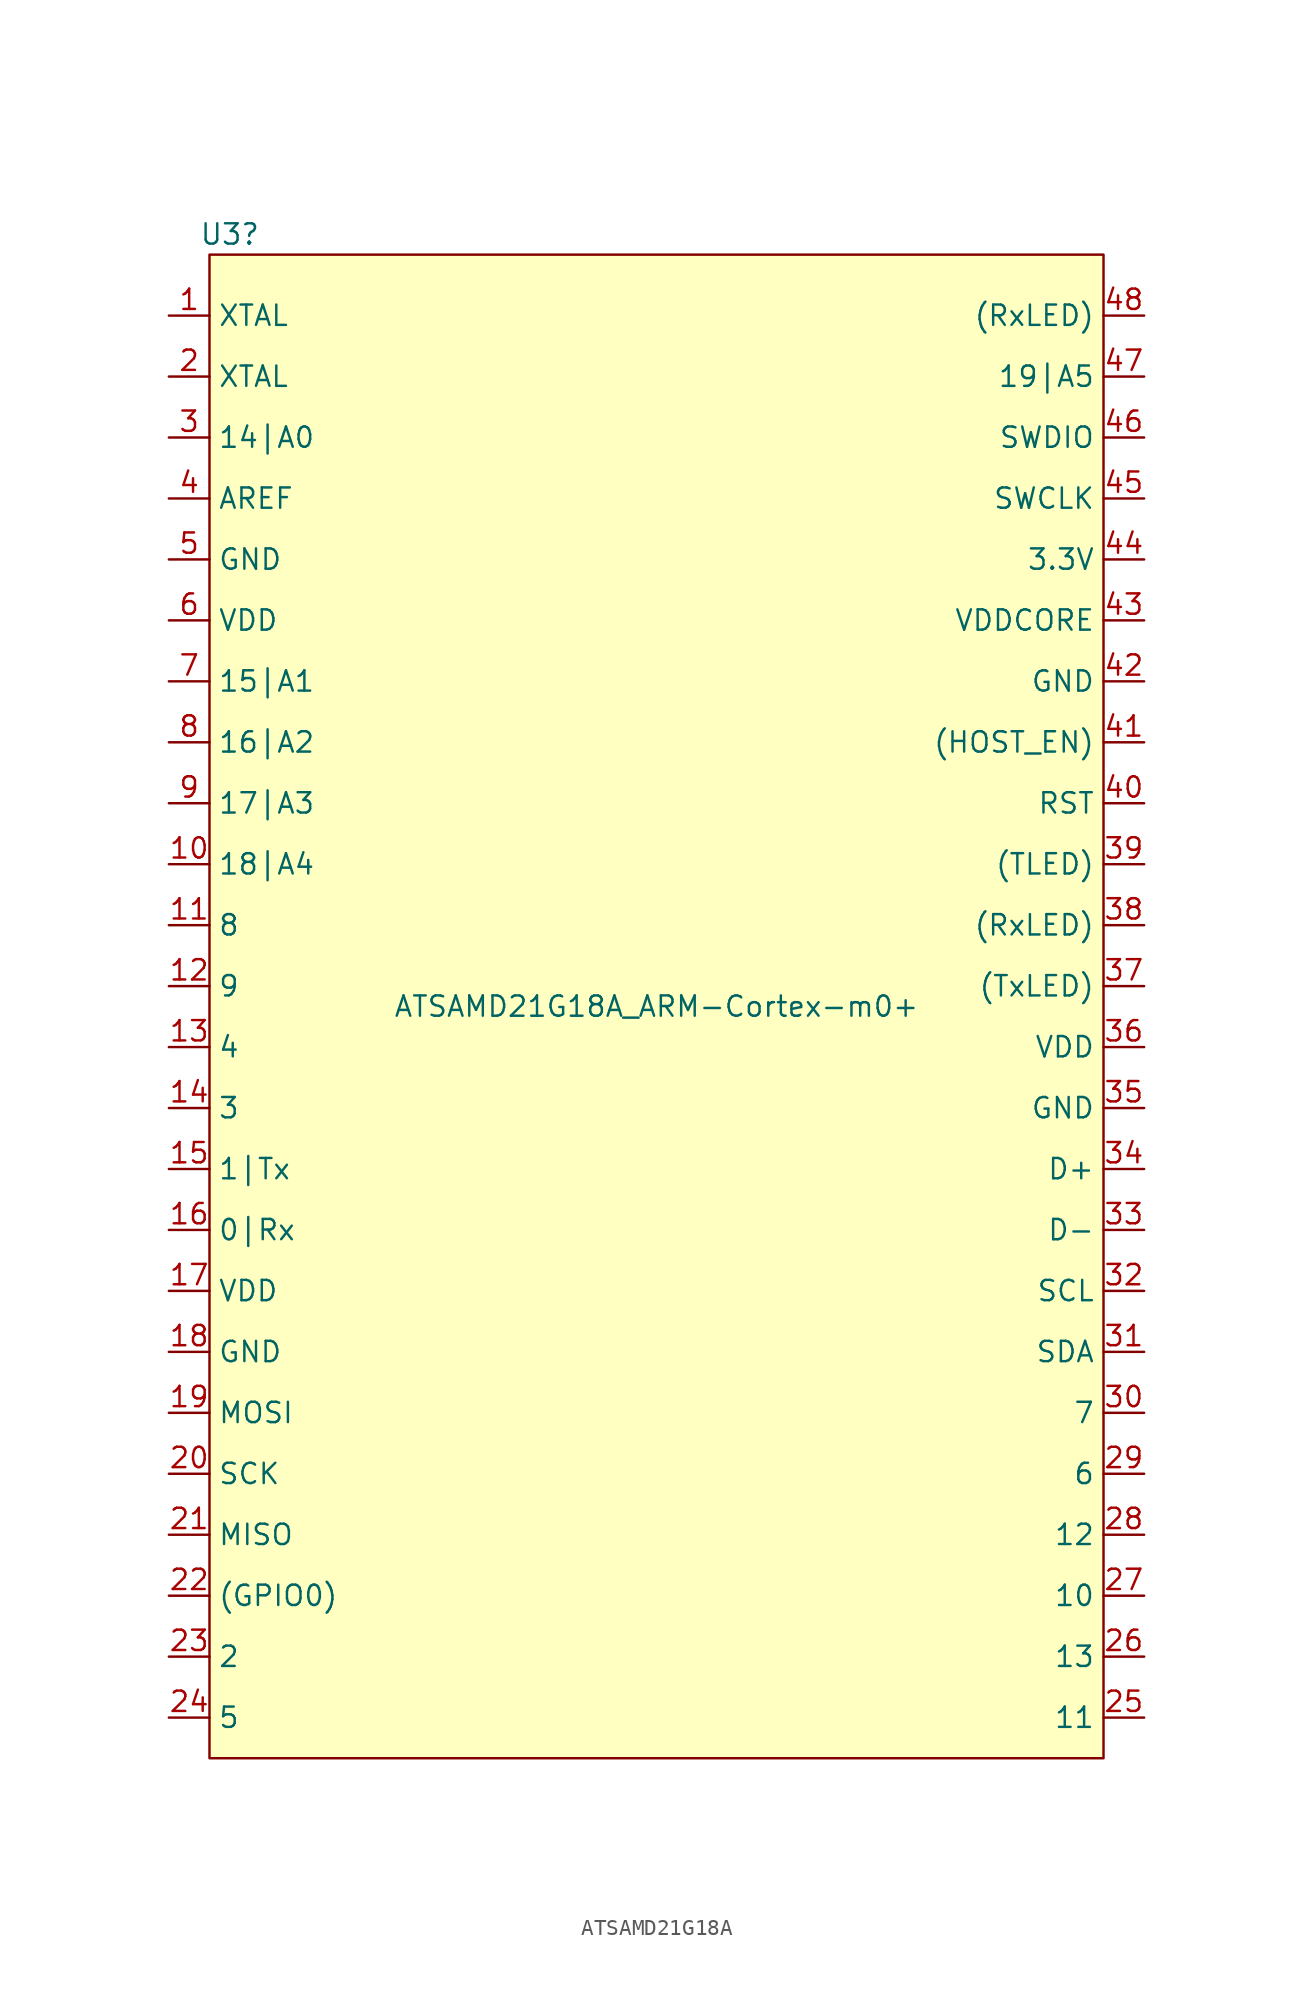
<source format=kicad_sym>
(kicad_symbol_lib
  (version 20220914)
  (generator kicad_symbol_editor)
  (symbol "ATSAMD21G18A"
    (property "Reference" "U3"
      (at -26.67 48.26 0)
      (effects (font (size 1.27 1.27))))
    (property "Value" "ATSAMD21G18A_ARM-Cortex-m0+"
      (at 0 0 0)
      (effects (font (size 1.27 1.27))))
    (symbol "ATSAMD21G18A_1_0"
      (pin bidirectional line (at -30.48 43.18 0) (length 2.54) (name "XTAL" (effects (font (size 1.27 1.27)))) (number "1" (effects (font (size 1.27 1.27)))))
      (pin bidirectional line (at -30.48 8.89 0) (length 2.54) (name "18|A4" (effects (font (size 1.27 1.27)))) (number "10" (effects (font (size 1.27 1.27)))))
      (pin bidirectional line (at -30.48 5.08 0) (length 2.54) (name "8" (effects (font (size 1.27 1.27)))) (number "11" (effects (font (size 1.27 1.27)))))
      (pin bidirectional line (at -30.48 1.27 0) (length 2.54) (name "9" (effects (font (size 1.27 1.27)))) (number "12" (effects (font (size 1.27 1.27)))))
      (pin bidirectional line (at -30.48 -2.54 0) (length 2.54) (name "4" (effects (font (size 1.27 1.27)))) (number "13" (effects (font (size 1.27 1.27)))))
      (pin bidirectional line (at -30.48 -6.35 0) (length 2.54) (name "3" (effects (font (size 1.27 1.27)))) (number "14" (effects (font (size 1.27 1.27)))))
      (pin bidirectional line (at -30.48 -10.16 0) (length 2.54) (name "1|Tx" (effects (font (size 1.27 1.27)))) (number "15" (effects (font (size 1.27 1.27)))))
      (pin bidirectional line (at -30.48 -13.97 0) (length 2.54) (name "0|Rx" (effects (font (size 1.27 1.27)))) (number "16" (effects (font (size 1.27 1.27)))))
      (pin bidirectional line (at -30.48 -17.78 0) (length 2.54) (name "VDD" (effects (font (size 1.27 1.27)))) (number "17" (effects (font (size 1.27 1.27)))))
      (pin bidirectional line (at -30.48 -21.59 0) (length 2.54) (name "GND" (effects (font (size 1.27 1.27)))) (number "18" (effects (font (size 1.27 1.27)))))
      (pin bidirectional line (at -30.48 -25.4 0) (length 2.54) (name "MOSI" (effects (font (size 1.27 1.27)))) (number "19" (effects (font (size 1.27 1.27)))))
      (pin bidirectional line (at -30.48 39.37 0) (length 2.54) (name "XTAL" (effects (font (size 1.27 1.27)))) (number "2" (effects (font (size 1.27 1.27)))))
      (pin bidirectional line (at -30.48 -29.21 0) (length 2.54) (name "SCK" (effects (font (size 1.27 1.27)))) (number "20" (effects (font (size 1.27 1.27)))))
      (pin bidirectional line (at -30.48 -33.02 0) (length 2.54) (name "MISO" (effects (font (size 1.27 1.27)))) (number "21" (effects (font (size 1.27 1.27)))))
      (pin bidirectional line (at -30.48 -36.83 0) (length 2.54) (name "(GPIO0)" (effects (font (size 1.27 1.27)))) (number "22" (effects (font (size 1.27 1.27)))))
      (pin bidirectional line (at -30.48 -40.64 0) (length 2.54) (name "2" (effects (font (size 1.27 1.27)))) (number "23" (effects (font (size 1.27 1.27)))))
      (pin bidirectional line (at -30.48 -44.45 0) (length 2.54) (name "5" (effects (font (size 1.27 1.27)))) (number "24" (effects (font (size 1.27 1.27)))))
      (pin bidirectional line (at 30.48 -44.45 180) (length 2.54) (name "11" (effects (font (size 1.27 1.27)))) (number "25" (effects (font (size 1.27 1.27)))))
      (pin bidirectional line (at 30.48 -40.64 180) (length 2.54) (name "13" (effects (font (size 1.27 1.27)))) (number "26" (effects (font (size 1.27 1.27)))))
      (pin bidirectional line (at 30.48 -36.83 180) (length 2.54) (name "10" (effects (font (size 1.27 1.27)))) (number "27" (effects (font (size 1.27 1.27)))))
      (pin bidirectional line (at 30.48 -33.02 180) (length 2.54) (name "12" (effects (font (size 1.27 1.27)))) (number "28" (effects (font (size 1.27 1.27)))))
      (pin bidirectional line (at 30.48 -29.21 180) (length 2.54) (name "6" (effects (font (size 1.27 1.27)))) (number "29" (effects (font (size 1.27 1.27)))))
      (pin bidirectional line (at -30.48 35.56 0) (length 2.54) (name "14|A0" (effects (font (size 1.27 1.27)))) (number "3" (effects (font (size 1.27 1.27)))))
      (pin bidirectional line (at 30.48 -25.4 180) (length 2.54) (name "7" (effects (font (size 1.27 1.27)))) (number "30" (effects (font (size 1.27 1.27)))))
      (pin bidirectional line (at 30.48 -21.59 180) (length 2.54) (name "SDA" (effects (font (size 1.27 1.27)))) (number "31" (effects (font (size 1.27 1.27)))))
      (pin bidirectional line (at 30.48 -17.78 180) (length 2.54) (name "SCL" (effects (font (size 1.27 1.27)))) (number "32" (effects (font (size 1.27 1.27)))))
      (pin bidirectional line (at 30.48 -13.97 180) (length 2.54) (name "D-" (effects (font (size 1.27 1.27)))) (number "33" (effects (font (size 1.27 1.27)))))
      (pin bidirectional line (at 30.48 -10.16 180) (length 2.54) (name "D+" (effects (font (size 1.27 1.27)))) (number "34" (effects (font (size 1.27 1.27)))))
      (pin bidirectional line (at 30.48 -6.35 180) (length 2.54) (name "GND" (effects (font (size 1.27 1.27)))) (number "35" (effects (font (size 1.27 1.27)))))
      (pin bidirectional line (at 30.48 -2.54 180) (length 2.54) (name "VDD" (effects (font (size 1.27 1.27)))) (number "36" (effects (font (size 1.27 1.27)))))
      (pin bidirectional line (at 30.48 1.27 180) (length 2.54) (name "(TxLED)" (effects (font (size 1.27 1.27)))) (number "37" (effects (font (size 1.27 1.27)))))
      (pin bidirectional line (at 30.48 5.08 180) (length 2.54) (name "(RxLED)" (effects (font (size 1.27 1.27)))) (number "38" (effects (font (size 1.27 1.27)))))
      (pin bidirectional line (at 30.48 8.89 180) (length 2.54) (name "(TLED)" (effects (font (size 1.27 1.27)))) (number "39" (effects (font (size 1.27 1.27)))))
      (pin bidirectional line (at -30.48 31.75 0) (length 2.54) (name "AREF" (effects (font (size 1.27 1.27)))) (number "4" (effects (font (size 1.27 1.27)))))
      (pin bidirectional line (at 30.48 12.7 180) (length 2.54) (name "RST" (effects (font (size 1.27 1.27)))) (number "40" (effects (font (size 1.27 1.27)))))
      (pin bidirectional line (at 30.48 16.51 180) (length 2.54) (name "(HOST_EN)" (effects (font (size 1.27 1.27)))) (number "41" (effects (font (size 1.27 1.27)))))
      (pin bidirectional line (at 30.48 20.32 180) (length 2.54) (name "GND" (effects (font (size 1.27 1.27)))) (number "42" (effects (font (size 1.27 1.27)))))
      (pin bidirectional line (at 30.48 24.13 180) (length 2.54) (name "VDDCORE" (effects (font (size 1.27 1.27)))) (number "43" (effects (font (size 1.27 1.27)))))
      (pin bidirectional line (at 30.48 27.94 180) (length 2.54) (name "3.3V" (effects (font (size 1.27 1.27)))) (number "44" (effects (font (size 1.27 1.27)))))
      (pin bidirectional line (at 30.48 31.75 180) (length 2.54) (name "SWCLK" (effects (font (size 1.27 1.27)))) (number "45" (effects (font (size 1.27 1.27)))))
      (pin bidirectional line (at 30.48 35.56 180) (length 2.54) (name "SWDIO" (effects (font (size 1.27 1.27)))) (number "46" (effects (font (size 1.27 1.27)))))
      (pin bidirectional line (at 30.48 39.37 180) (length 2.54) (name "19|A5" (effects (font (size 1.27 1.27)))) (number "47" (effects (font (size 1.27 1.27)))))
      (pin bidirectional line (at 30.48 43.18 180) (length 2.54) (name "(RxLED)" (effects (font (size 1.27 1.27)))) (number "48" (effects (font (size 1.27 1.27)))))
      (pin bidirectional line (at -30.48 27.94 0) (length 2.54) (name "GND" (effects (font (size 1.27 1.27)))) (number "5" (effects (font (size 1.27 1.27)))))
      (pin bidirectional line (at -30.48 24.13 0) (length 2.54) (name "VDD" (effects (font (size 1.27 1.27)))) (number "6" (effects (font (size 1.27 1.27)))))
      (pin bidirectional line (at -30.48 20.32 0) (length 2.54) (name "15|A1" (effects (font (size 1.27 1.27)))) (number "7" (effects (font (size 1.27 1.27)))))
      (pin bidirectional line (at -30.48 16.51 0) (length 2.54) (name "16|A2" (effects (font (size 1.27 1.27)))) (number "8" (effects (font (size 1.27 1.27)))))
      (pin bidirectional line (at -30.48 12.7 0) (length 2.54) (name "17|A3" (effects (font (size 1.27 1.27)))) (number "9" (effects (font (size 1.27 1.27))))))
    (symbol "ATSAMD21G18A_1_1"
      (rectangle (start -27.94 46.99) (end 27.94 -46.99) (stroke (width 0) (type default)) (fill (type background))))))
</source>
